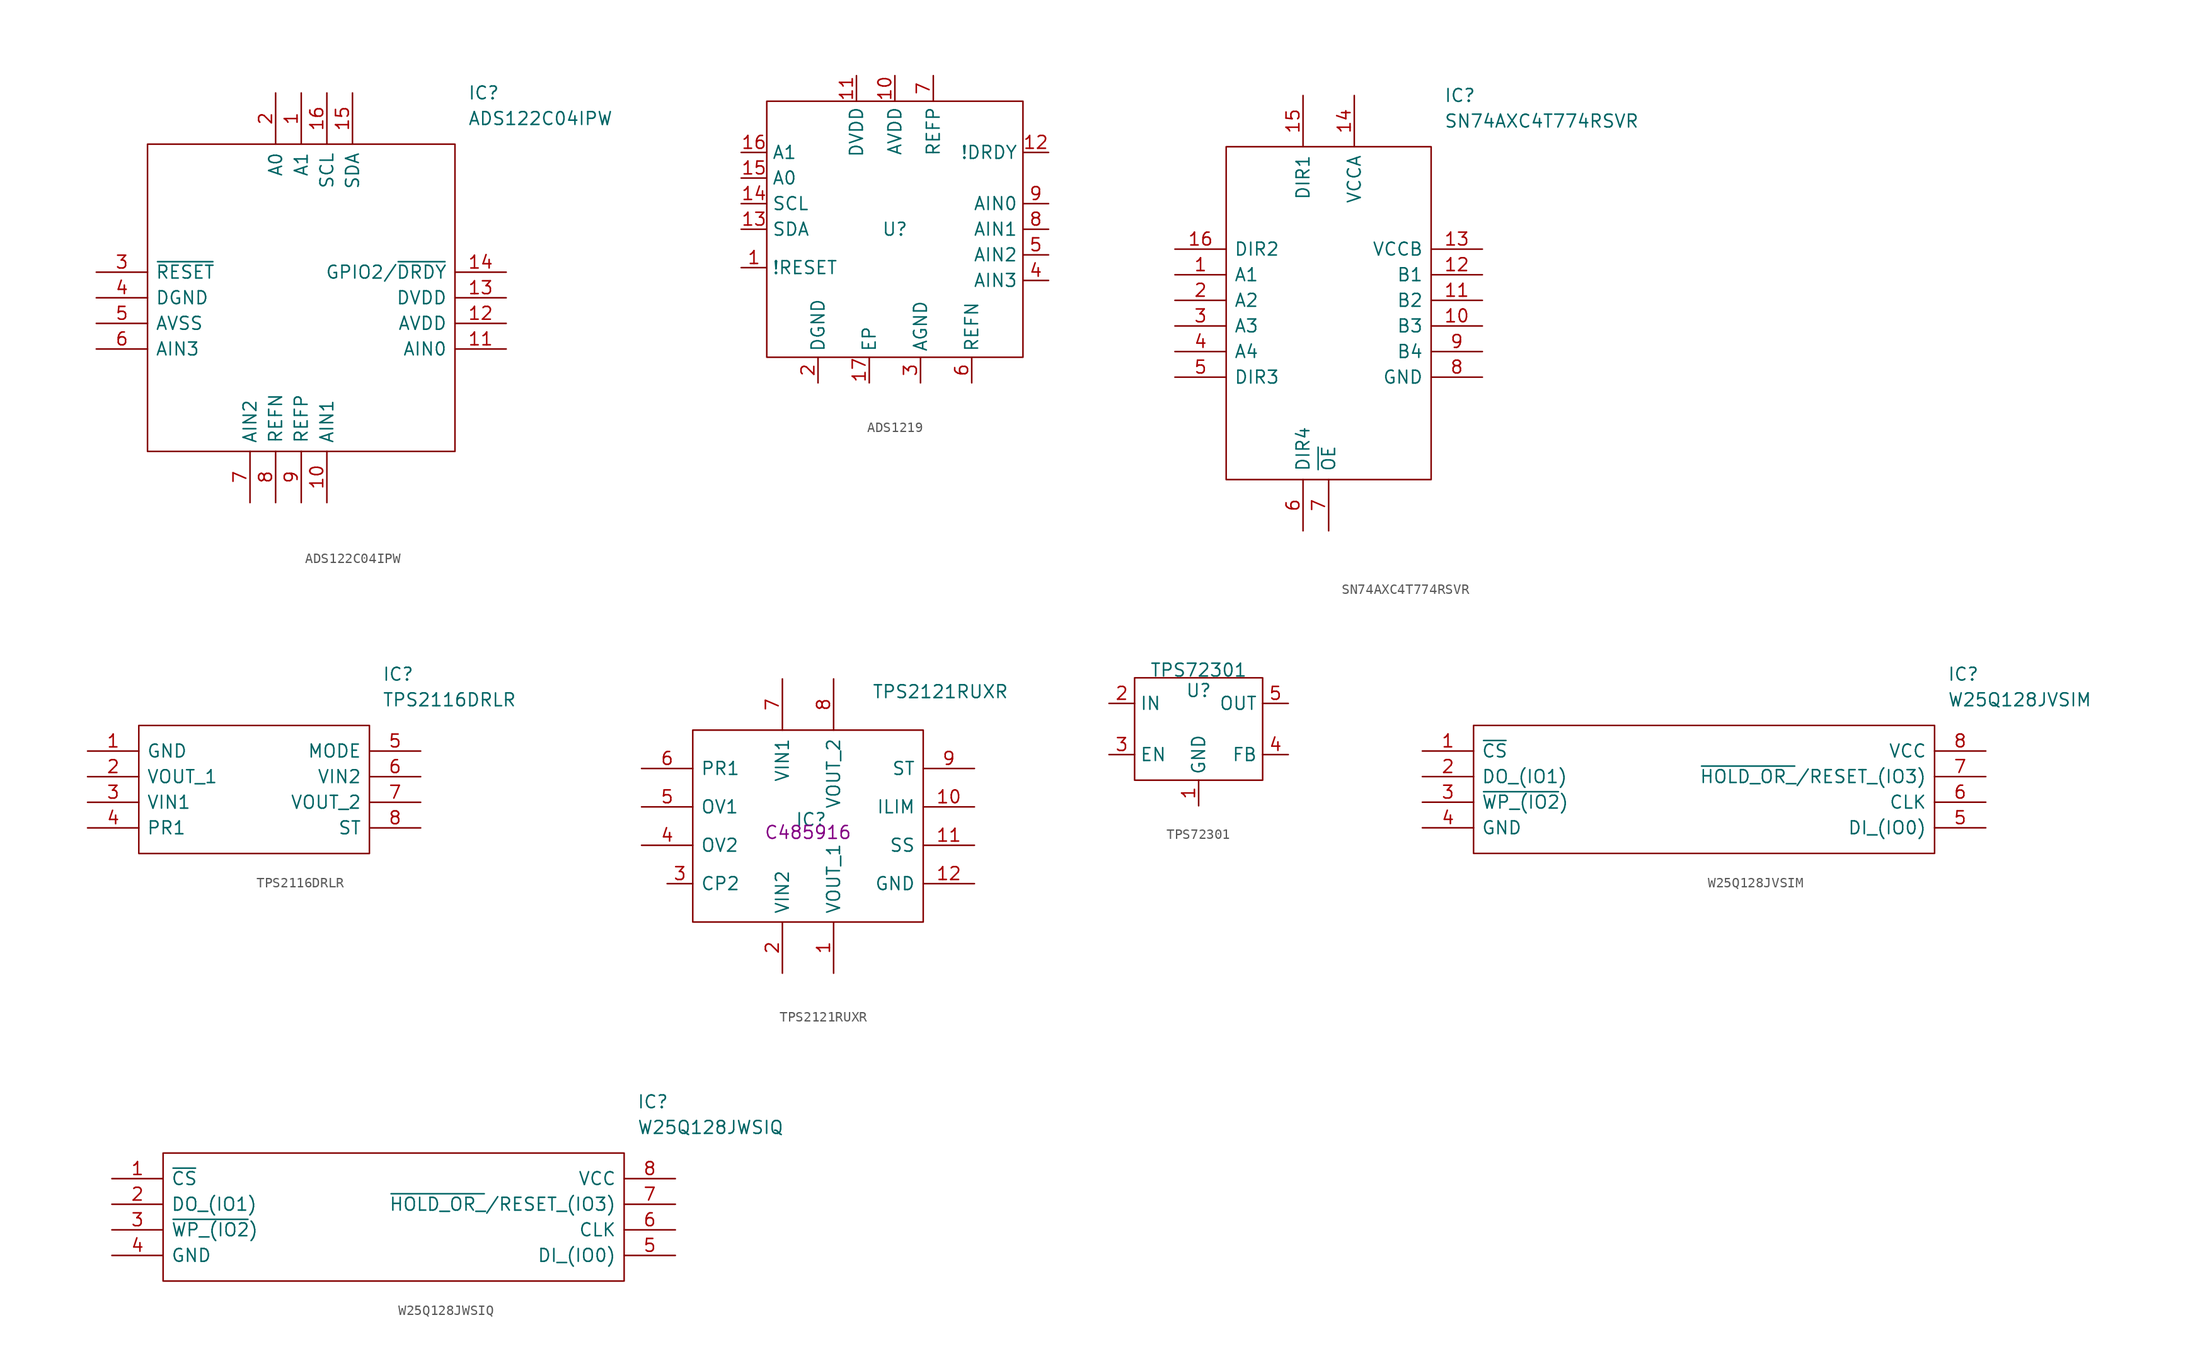
<source format=kicad_sym>
(kicad_symbol_lib
  (version 20241209)
  (generator "kicad_symbol_editor")
  (generator_version "9.0")
  (symbol "ADS122C04IPW"
    (pin_names
      (offset 0.762))
    (property "Reference" "IC"
      (at 36.83 17.78 0)
      (effects (font (size 1.27 1.27)) (justify left)))
    (property "Value" "ADS122C04IPW"
      (at 36.83 15.24 0)
      (effects (font (size 1.27 1.27)) (justify left)))
    (symbol "ADS122C04IPW_0_0"
      (pin passive line (at 0 0 0) (length 5.08) (name "~{RESET}" (effects (font (size 1.27 1.27)))) (number "3" (effects (font (size 1.27 1.27)))))
      (pin passive line (at 0 -2.54 0) (length 5.08) (name "DGND" (effects (font (size 1.27 1.27)))) (number "4" (effects (font (size 1.27 1.27)))))
      (pin passive line (at 0 -5.08 0) (length 5.08) (name "AVSS" (effects (font (size 1.27 1.27)))) (number "5" (effects (font (size 1.27 1.27)))))
      (pin passive line (at 0 -7.62 0) (length 5.08) (name "AIN3" (effects (font (size 1.27 1.27)))) (number "6" (effects (font (size 1.27 1.27)))))
      (pin passive line (at 15.24 -22.86 90) (length 5.08) (name "AIN2" (effects (font (size 1.27 1.27)))) (number "7" (effects (font (size 1.27 1.27)))))
      (pin passive line (at 17.78 -22.86 90) (length 5.08) (name "REFN" (effects (font (size 1.27 1.27)))) (number "8" (effects (font (size 1.27 1.27)))))
      (pin passive line (at 20.32 -22.86 90) (length 5.08) (name "REFP" (effects (font (size 1.27 1.27)))) (number "9" (effects (font (size 1.27 1.27)))))
      (pin passive line (at 22.86 -22.86 90) (length 5.08) (name "AIN1" (effects (font (size 1.27 1.27)))) (number "10" (effects (font (size 1.27 1.27)))))
      (pin passive line (at 40.64 0 180) (length 5.08) (name "GPIO2/~{DRDY}" (effects (font (size 1.27 1.27)))) (number "14" (effects (font (size 1.27 1.27)))))
      (pin passive line (at 40.64 -2.54 180) (length 5.08) (name "DVDD" (effects (font (size 1.27 1.27)))) (number "13" (effects (font (size 1.27 1.27)))))
      (pin passive line (at 40.64 -5.08 180) (length 5.08) (name "AVDD" (effects (font (size 1.27 1.27)))) (number "12" (effects (font (size 1.27 1.27)))))
      (pin passive line (at 40.64 -7.62 180) (length 5.08) (name "AIN0" (effects (font (size 1.27 1.27)))) (number "11" (effects (font (size 1.27 1.27))))))
    (symbol "ADS122C04IPW_0_1"
      (polyline (pts (xy 5.08 12.7) (xy 35.56 12.7) (xy 35.56 -17.78) (xy 5.08 -17.78) (xy 5.08 12.7)) (stroke (width 0.152) (type solid)) (fill (type none))))
    (symbol "ADS122C04IPW_1_0"
      (pin passive line (at 17.78 17.78 270) (length 5.08) (name "A0" (effects (font (size 1.27 1.27)))) (number "2" (effects (font (size 1.27 1.27)))))
      (pin passive line (at 20.32 17.78 270) (length 5.08) (name "A1" (effects (font (size 1.27 1.27)))) (number "1" (effects (font (size 1.27 1.27)))))
      (pin passive line (at 22.86 17.78 270) (length 5.08) (name "SCL" (effects (font (size 1.27 1.27)))) (number "16" (effects (font (size 1.27 1.27)))))
      (pin passive line (at 25.4 17.78 270) (length 5.08) (name "SDA" (effects (font (size 1.27 1.27)))) (number "15" (effects (font (size 1.27 1.27)))))))
  (symbol "ADS1219"
    (property "Reference" "U"
      (at 0 0 0)
      (effects (font (size 1.27 1.27))))
    (property "Value" ""
      (at 0 0 0)
      (effects (font (size 1.27 1.27))))
    (symbol "ADS1219_0_1"
      (rectangle (start -12.7 12.7) (end 12.7 -12.7) (stroke (width 0) (type default)) (fill (type none))))
    (symbol "ADS1219_1_1"
      (pin input line (at -15.24 7.62 0) (length 2.54) (name "A1" (effects (font (size 1.27 1.27)))) (number "16" (effects (font (size 1.27 1.27)))))
      (pin input line (at -15.24 5.08 0) (length 2.54) (name "A0" (effects (font (size 1.27 1.27)))) (number "15" (effects (font (size 1.27 1.27)))))
      (pin input line (at -15.24 2.54 0) (length 2.54) (name "SCL" (effects (font (size 1.27 1.27)))) (number "14" (effects (font (size 1.27 1.27)))))
      (pin bidirectional line (at -15.24 0 0) (length 2.54) (name "SDA" (effects (font (size 1.27 1.27)))) (number "13" (effects (font (size 1.27 1.27)))))
      (pin bidirectional line (at -15.24 -3.81 0) (length 2.54) (name "!RESET" (effects (font (size 1.27 1.27)))) (number "1" (effects (font (size 1.27 1.27)))))
      (pin bidirectional line (at -7.62 -15.24 90) (length 2.54) (name "DGND" (effects (font (size 1.27 1.27)))) (number "2" (effects (font (size 1.27 1.27)))))
      (pin bidirectional line (at -3.81 15.24 270) (length 2.54) (name "DVDD" (effects (font (size 1.27 1.27)))) (number "11" (effects (font (size 1.27 1.27)))))
      (pin bidirectional line (at -2.54 -15.24 90) (length 2.54) (name "EP" (effects (font (size 1.27 1.27)))) (number "17" (effects (font (size 1.27 1.27)))))
      (pin bidirectional line (at 0 15.24 270) (length 2.54) (name "AVDD" (effects (font (size 1.27 1.27)))) (number "10" (effects (font (size 1.27 1.27)))))
      (pin bidirectional line (at 2.54 -15.24 90) (length 2.54) (name "AGND" (effects (font (size 1.27 1.27)))) (number "3" (effects (font (size 1.27 1.27)))))
      (pin bidirectional line (at 3.81 15.24 270) (length 2.54) (name "REFP" (effects (font (size 1.27 1.27)))) (number "7" (effects (font (size 1.27 1.27)))))
      (pin bidirectional line (at 7.62 -15.24 90) (length 2.54) (name "REFN" (effects (font (size 1.27 1.27)))) (number "6" (effects (font (size 1.27 1.27)))))
      (pin bidirectional line (at 15.24 7.62 180) (length 2.54) (name "!DRDY" (effects (font (size 1.27 1.27)))) (number "12" (effects (font (size 1.27 1.27)))))
      (pin bidirectional line (at 15.24 2.54 180) (length 2.54) (name "AIN0" (effects (font (size 1.27 1.27)))) (number "9" (effects (font (size 1.27 1.27)))))
      (pin bidirectional line (at 15.24 0 180) (length 2.54) (name "AIN1" (effects (font (size 1.27 1.27)))) (number "8" (effects (font (size 1.27 1.27)))))
      (pin bidirectional line (at 15.24 -2.54 180) (length 2.54) (name "AIN2" (effects (font (size 1.27 1.27)))) (number "5" (effects (font (size 1.27 1.27)))))
      (pin bidirectional line (at 15.24 -5.08 180) (length 2.54) (name "AIN3" (effects (font (size 1.27 1.27)))) (number "4" (effects (font (size 1.27 1.27)))))))
  (symbol "SN74AXC4T774RSVR"
    (pin_names
      (offset 0.762))
    (property "Reference" "IC"
      (at 26.67 15.24 0)
      (effects (font (size 1.27 1.27)) (justify left)))
    (property "Value" "SN74AXC4T774RSVR"
      (at 26.67 12.7 0)
      (effects (font (size 1.27 1.27)) (justify left)))
    (symbol "SN74AXC4T774RSVR_0_0"
      (pin passive line (at 0 0 0) (length 5.08) (name "DIR2" (effects (font (size 1.27 1.27)))) (number "16" (effects (font (size 1.27 1.27)))))
      (pin passive line (at 0 -2.54 0) (length 5.08) (name "A1" (effects (font (size 1.27 1.27)))) (number "1" (effects (font (size 1.27 1.27)))))
      (pin passive line (at 0 -5.08 0) (length 5.08) (name "A2" (effects (font (size 1.27 1.27)))) (number "2" (effects (font (size 1.27 1.27)))))
      (pin passive line (at 0 -7.62 0) (length 5.08) (name "A3" (effects (font (size 1.27 1.27)))) (number "3" (effects (font (size 1.27 1.27)))))
      (pin passive line (at 0 -10.16 0) (length 5.08) (name "A4" (effects (font (size 1.27 1.27)))) (number "4" (effects (font (size 1.27 1.27)))))
      (pin passive line (at 0 -12.7 0) (length 5.08) (name "DIR3" (effects (font (size 1.27 1.27)))) (number "5" (effects (font (size 1.27 1.27)))))
      (pin passive line (at 12.7 15.24 270) (length 5.08) (name "DIR1" (effects (font (size 1.27 1.27)))) (number "15" (effects (font (size 1.27 1.27)))))
      (pin passive line (at 12.7 -27.94 90) (length 5.08) (name "DIR4" (effects (font (size 1.27 1.27)))) (number "6" (effects (font (size 1.27 1.27)))))
      (pin passive line (at 15.24 -27.94 90) (length 5.08) (name "~{OE}" (effects (font (size 1.27 1.27)))) (number "7" (effects (font (size 1.27 1.27)))))
      (pin passive line (at 17.78 15.24 270) (length 5.08) (name "VCCA" (effects (font (size 1.27 1.27)))) (number "14" (effects (font (size 1.27 1.27)))))
      (pin passive line (at 30.48 0 180) (length 5.08) (name "VCCB" (effects (font (size 1.27 1.27)))) (number "13" (effects (font (size 1.27 1.27)))))
      (pin passive line (at 30.48 -2.54 180) (length 5.08) (name "B1" (effects (font (size 1.27 1.27)))) (number "12" (effects (font (size 1.27 1.27)))))
      (pin passive line (at 30.48 -5.08 180) (length 5.08) (name "B2" (effects (font (size 1.27 1.27)))) (number "11" (effects (font (size 1.27 1.27)))))
      (pin passive line (at 30.48 -7.62 180) (length 5.08) (name "B3" (effects (font (size 1.27 1.27)))) (number "10" (effects (font (size 1.27 1.27)))))
      (pin passive line (at 30.48 -10.16 180) (length 5.08) (name "B4" (effects (font (size 1.27 1.27)))) (number "9" (effects (font (size 1.27 1.27)))))
      (pin passive line (at 30.48 -12.7 180) (length 5.08) (name "GND" (effects (font (size 1.27 1.27)))) (number "8" (effects (font (size 1.27 1.27))))))
    (symbol "SN74AXC4T774RSVR_0_1"
      (polyline (pts (xy 5.08 10.16) (xy 25.4 10.16) (xy 25.4 -22.86) (xy 5.08 -22.86) (xy 5.08 10.16)) (stroke (width 0.152) (type solid)) (fill (type none)))))
  (symbol "TPS2116DRLR"
    (pin_names
      (offset 0.762))
    (property "Reference" "IC"
      (at 29.21 7.62 0)
      (effects (font (size 1.27 1.27)) (justify left)))
    (property "Value" "TPS2116DRLR"
      (at 29.21 5.08 0)
      (effects (font (size 1.27 1.27)) (justify left)))
    (symbol "TPS2116DRLR_0_0"
      (pin passive line (at 0 0 0) (length 5.08) (name "GND" (effects (font (size 1.27 1.27)))) (number "1" (effects (font (size 1.27 1.27)))))
      (pin passive line (at 0 -2.54 0) (length 5.08) (name "VOUT_1" (effects (font (size 1.27 1.27)))) (number "2" (effects (font (size 1.27 1.27)))))
      (pin passive line (at 0 -5.08 0) (length 5.08) (name "VIN1" (effects (font (size 1.27 1.27)))) (number "3" (effects (font (size 1.27 1.27)))))
      (pin passive line (at 0 -7.62 0) (length 5.08) (name "PR1" (effects (font (size 1.27 1.27)))) (number "4" (effects (font (size 1.27 1.27)))))
      (pin passive line (at 33.02 0 180) (length 5.08) (name "MODE" (effects (font (size 1.27 1.27)))) (number "5" (effects (font (size 1.27 1.27)))))
      (pin passive line (at 33.02 -2.54 180) (length 5.08) (name "VIN2" (effects (font (size 1.27 1.27)))) (number "6" (effects (font (size 1.27 1.27)))))
      (pin passive line (at 33.02 -5.08 180) (length 5.08) (name "VOUT_2" (effects (font (size 1.27 1.27)))) (number "7" (effects (font (size 1.27 1.27)))))
      (pin passive line (at 33.02 -7.62 180) (length 5.08) (name "ST" (effects (font (size 1.27 1.27)))) (number "8" (effects (font (size 1.27 1.27))))))
    (symbol "TPS2116DRLR_0_1"
      (polyline (pts (xy 5.08 2.54) (xy 27.94 2.54) (xy 27.94 -10.16) (xy 5.08 -10.16) (xy 5.08 2.54)) (stroke (width 0.152) (type solid)) (fill (type none)))))
  (symbol "TPS2121RUXR"
    (pin_names
      (offset 0.762))
    (property "Reference" "IC"
      (at -1.27 1.27 0)
      (effects (font (size 1.27 1.27)) (justify left)))
    (property "Value" "TPS2121RUXR"
      (at 6.35 13.97 0)
      (effects (font (size 1.27 1.27)) (justify left)))
    (property "LCSC" "C485916"
      (at 0 0 0)
      (effects (font (size 1.27 1.27))))
    (symbol "TPS2121RUXR_0_0"
      (pin passive line (at -16.51 2.54 0) (length 5.08) (name "OV1" (effects (font (size 1.27 1.27)))) (number "5" (effects (font (size 1.27 1.27)))))
      (pin passive line (at -16.51 -1.27 0) (length 5.08) (name "OV2" (effects (font (size 1.27 1.27)))) (number "4" (effects (font (size 1.27 1.27)))))
      (pin passive line (at -13.97 -5.08 0) (length 2.54) (name "CP2" (effects (font (size 1.27 1.27)))) (number "3" (effects (font (size 1.27 1.27)))))
      (pin passive line (at -2.54 15.24 270) (length 5.08) (name "VIN1" (effects (font (size 1.27 1.27)))) (number "7" (effects (font (size 1.27 1.27)))))
      (pin passive line (at -2.54 -13.97 90) (length 5.08) (name "VIN2" (effects (font (size 1.27 1.27)))) (number "2" (effects (font (size 1.27 1.27)))))
      (pin passive line (at 2.54 15.24 270) (length 5.08) (name "VOUT_2" (effects (font (size 1.27 1.27)))) (number "8" (effects (font (size 1.27 1.27)))))
      (pin passive line (at 2.54 -13.97 90) (length 5.08) (name "VOUT_1" (effects (font (size 1.27 1.27)))) (number "1" (effects (font (size 1.27 1.27)))))
      (pin passive line (at 16.51 -5.08 180) (length 5.08) (name "GND" (effects (font (size 1.27 1.27)))) (number "12" (effects (font (size 1.27 1.27))))))
    (symbol "TPS2121RUXR_0_1"
      (polyline (pts (xy -11.43 10.16) (xy 11.43 10.16) (xy 11.43 -8.89) (xy -11.43 -8.89) (xy -11.43 10.16)) (stroke (width 0.152) (type solid)) (fill (type none))))
    (symbol "TPS2121RUXR_1_0"
      (pin passive line (at -16.51 6.35 0) (length 5.08) (name "PR1" (effects (font (size 1.27 1.27)))) (number "6" (effects (font (size 1.27 1.27)))))
      (pin passive line (at 16.51 6.35 180) (length 5.08) (name "ST" (effects (font (size 1.27 1.27)))) (number "9" (effects (font (size 1.27 1.27)))))
      (pin passive line (at 16.51 2.54 180) (length 5.08) (name "ILIM" (effects (font (size 1.27 1.27)))) (number "10" (effects (font (size 1.27 1.27)))))
      (pin passive line (at 16.51 -1.27 180) (length 5.08) (name "SS" (effects (font (size 1.27 1.27)))) (number "11" (effects (font (size 1.27 1.27)))))))
  (symbol "TPS72301"
    (property "Reference" "U"
      (at 0 3.81 0)
      (effects (font (size 1.27 1.27))))
    (property "Value" "TPS72301"
      (at 0 5.842 0)
      (effects (font (size 1.27 1.27))))
    (symbol "TPS72301_0_1"
      (rectangle (start -6.35 5.08) (end 6.35 -5.08) (stroke (width 0) (type default)) (fill (type none))))
    (symbol "TPS72301_1_1"
      (pin unspecified line (at -8.89 2.54 0) (length 2.54) (name "IN" (effects (font (size 1.27 1.27)))) (number "2" (effects (font (size 1.27 1.27)))))
      (pin unspecified line (at -8.89 -2.54 0) (length 2.54) (name "EN" (effects (font (size 1.27 1.27)))) (number "3" (effects (font (size 1.27 1.27)))))
      (pin unspecified line (at 0 -7.62 90) (length 2.54) (name "GND" (effects (font (size 1.27 1.27)))) (number "1" (effects (font (size 1.27 1.27)))))
      (pin unspecified line (at 8.89 2.54 180) (length 2.54) (name "OUT" (effects (font (size 1.27 1.27)))) (number "5" (effects (font (size 1.27 1.27)))))
      (pin unspecified line (at 8.89 -2.54 180) (length 2.54) (name "FB" (effects (font (size 1.27 1.27)))) (number "4" (effects (font (size 1.27 1.27)))))))
  (symbol "W25Q128JVSIM"
    (pin_names
      (offset 0.762))
    (property "Reference" "IC"
      (at 52.07 7.62 0)
      (effects (font (size 1.27 1.27)) (justify left)))
    (property "Value" "W25Q128JVSIM"
      (at 52.07 5.08 0)
      (effects (font (size 1.27 1.27)) (justify left)))
    (symbol "W25Q128JVSIM_0_0"
      (pin passive line (at 0 0 0) (length 5.08) (name "~{CS}" (effects (font (size 1.27 1.27)))) (number "1" (effects (font (size 1.27 1.27)))))
      (pin passive line (at 0 -2.54 0) (length 5.08) (name "DO_(IO1)" (effects (font (size 1.27 1.27)))) (number "2" (effects (font (size 1.27 1.27)))))
      (pin passive line (at 0 -5.08 0) (length 5.08) (name "~{WP_(IO2})" (effects (font (size 1.27 1.27)))) (number "3" (effects (font (size 1.27 1.27)))))
      (pin passive line (at 0 -7.62 0) (length 5.08) (name "GND" (effects (font (size 1.27 1.27)))) (number "4" (effects (font (size 1.27 1.27)))))
      (pin passive line (at 55.88 0 180) (length 5.08) (name "VCC" (effects (font (size 1.27 1.27)))) (number "8" (effects (font (size 1.27 1.27)))))
      (pin passive line (at 55.88 -2.54 180) (length 5.08) (name "~{HOLD_OR_}/RESET_(IO3)" (effects (font (size 1.27 1.27)))) (number "7" (effects (font (size 1.27 1.27)))))
      (pin passive line (at 55.88 -5.08 180) (length 5.08) (name "CLK" (effects (font (size 1.27 1.27)))) (number "6" (effects (font (size 1.27 1.27)))))
      (pin passive line (at 55.88 -7.62 180) (length 5.08) (name "DI_(IO0)" (effects (font (size 1.27 1.27)))) (number "5" (effects (font (size 1.27 1.27))))))
    (symbol "W25Q128JVSIM_0_1"
      (polyline (pts (xy 5.08 2.54) (xy 50.8 2.54) (xy 50.8 -10.16) (xy 5.08 -10.16) (xy 5.08 2.54)) (stroke (width 0.152) (type solid)) (fill (type none)))))
  (symbol "W25Q128JWSIQ"
    (pin_names
      (offset 0.762))
    (property "Reference" "IC"
      (at 52.07 7.62 0)
      (effects (font (size 1.27 1.27)) (justify left)))
    (property "Value" "W25Q128JWSIQ"
      (at 52.07 5.08 0)
      (effects (font (size 1.27 1.27)) (justify left)))
    (symbol "W25Q128JWSIQ_0_0"
      (pin passive line (at 0 0 0) (length 5.08) (name "~{CS}" (effects (font (size 1.27 1.27)))) (number "1" (effects (font (size 1.27 1.27)))))
      (pin passive line (at 0 -2.54 0) (length 5.08) (name "DO_(IO1)" (effects (font (size 1.27 1.27)))) (number "2" (effects (font (size 1.27 1.27)))))
      (pin passive line (at 0 -5.08 0) (length 5.08) (name "~{WP_(IO2})" (effects (font (size 1.27 1.27)))) (number "3" (effects (font (size 1.27 1.27)))))
      (pin passive line (at 0 -7.62 0) (length 5.08) (name "GND" (effects (font (size 1.27 1.27)))) (number "4" (effects (font (size 1.27 1.27)))))
      (pin passive line (at 55.88 0 180) (length 5.08) (name "VCC" (effects (font (size 1.27 1.27)))) (number "8" (effects (font (size 1.27 1.27)))))
      (pin passive line (at 55.88 -2.54 180) (length 5.08) (name "~{HOLD_OR_}/RESET_(IO3)" (effects (font (size 1.27 1.27)))) (number "7" (effects (font (size 1.27 1.27)))))
      (pin passive line (at 55.88 -5.08 180) (length 5.08) (name "CLK" (effects (font (size 1.27 1.27)))) (number "6" (effects (font (size 1.27 1.27)))))
      (pin passive line (at 55.88 -7.62 180) (length 5.08) (name "DI_(IO0)" (effects (font (size 1.27 1.27)))) (number "5" (effects (font (size 1.27 1.27))))))
    (symbol "W25Q128JWSIQ_0_1"
      (polyline (pts (xy 5.08 2.54) (xy 50.8 2.54) (xy 50.8 -10.16) (xy 5.08 -10.16) (xy 5.08 2.54)) (stroke (width 0.152) (type solid)) (fill (type none))))))
</source>
